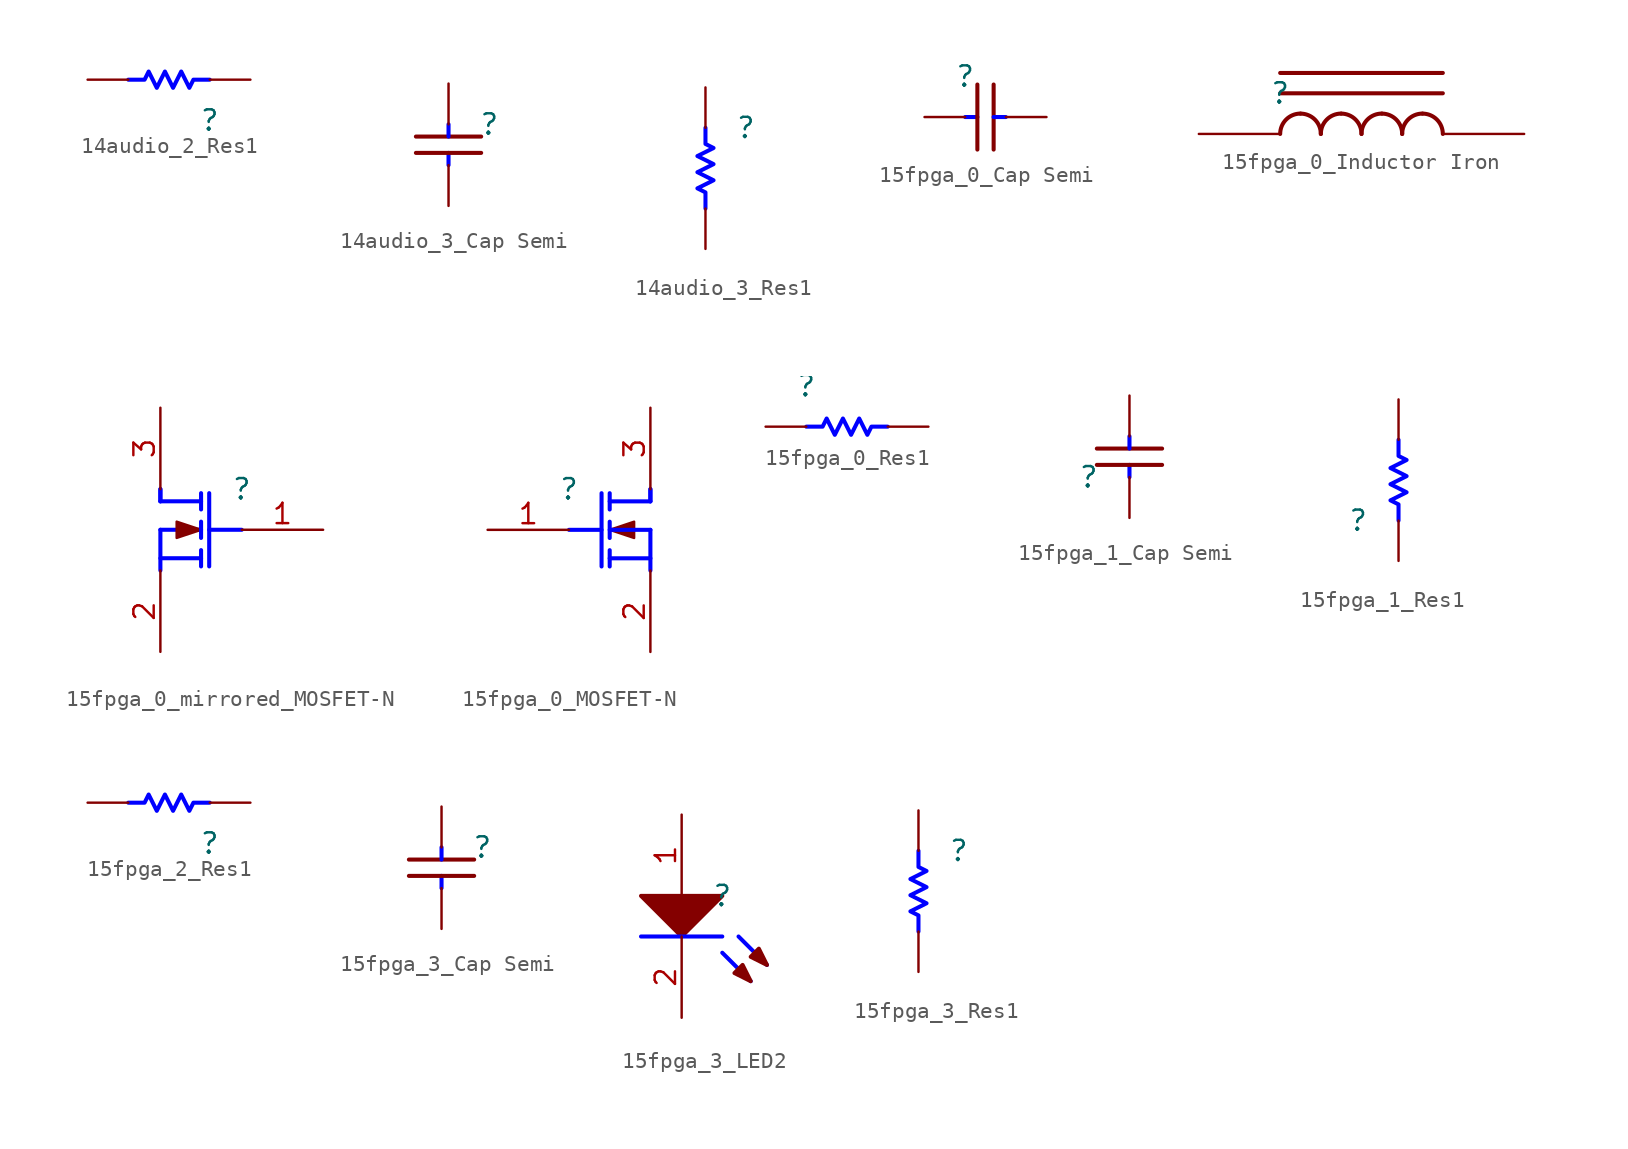
<source format=kicad_sym>
(kicad_symbol_lib
  (version 20220914)
  (generator kicad_symbol_editor)
  (symbol "14audio_2_Res1"
    (property "Reference" ""
      (at 0 0 0)
      (effects (font (size 1.27 1.27))))
    (property "Value" ""
      (at 0 0 0)
      (effects (font (size 1.27 1.27))))
    (symbol "14audio_2_Res1_1_0"
      (polyline (pts (xy -5.08 2.54) (xy -4.064 2.54) (xy -3.81 3.048) (xy -3.302 2.032) (xy -2.794 3.048) (xy -2.286 2.032) (xy -1.778 3.048) (xy -1.27 2.032) (xy -1.016 2.54) (xy 0 2.54)) (stroke (width 0.254) (type solid) (color 0 0 255 1)) (fill (type none)))
      (pin passive line (at 2.54 2.54 180) (length 2.54) (name "1" (effects (font (size 0 0)))) (number "1" (effects (font (size 0 0)))))
      (pin passive line (at -7.62 2.54 0) (length 2.54) (name "2" (effects (font (size 0 0)))) (number "2" (effects (font (size 0 0)))))))
  (symbol "14audio_3_Cap Semi"
    (property "Reference" ""
      (at 0 0 0)
      (effects (font (size 1.27 1.27))))
    (property "Value" ""
      (at 0 0 0)
      (effects (font (size 1.27 1.27))))
    (symbol "14audio_3_Cap Semi_1_0"
      (polyline (pts (xy -4.572 -0.762) (xy -0.508 -0.762)) (stroke (width 0.254) (type solid)) (fill (type none)))
      (polyline (pts (xy -2.54 -2.54) (xy -2.54 -1.778)) (stroke (width 0.254) (type solid) (color 0 0 255 1)) (fill (type none)))
      (polyline (pts (xy -2.54 0) (xy -2.54 -0.762)) (stroke (width 0.254) (type solid) (color 0 0 255 1)) (fill (type none)))
      (polyline (pts (xy -0.508 -1.778) (xy -4.572 -1.778)) (stroke (width 0.254) (type solid)) (fill (type none)))
      (pin passive line (at -2.54 2.54 270) (length 2.54) (name "1" (effects (font (size 0 0)))) (number "1" (effects (font (size 0 0)))))
      (pin passive line (at -2.54 -5.08 90) (length 2.54) (name "2" (effects (font (size 0 0)))) (number "2" (effects (font (size 0 0)))))))
  (symbol "14audio_3_Res1"
    (property "Reference" ""
      (at 0 0 0)
      (effects (font (size 1.27 1.27))))
    (property "Value" ""
      (at 0 0 0)
      (effects (font (size 1.27 1.27))))
    (symbol "14audio_3_Res1_1_0"
      (polyline (pts (xy -2.54 -5.08) (xy -2.54 -4.064) (xy -3.048 -3.81) (xy -2.032 -3.302) (xy -3.048 -2.794) (xy -2.032 -2.286) (xy -3.048 -1.778) (xy -2.032 -1.27) (xy -2.54 -1.016) (xy -2.54 0)) (stroke (width 0.254) (type solid) (color 0 0 255 1)) (fill (type none)))
      (pin passive line (at -2.54 2.54 270) (length 2.54) (name "1" (effects (font (size 0 0)))) (number "1" (effects (font (size 0 0)))))
      (pin passive line (at -2.54 -7.62 90) (length 2.54) (name "2" (effects (font (size 0 0)))) (number "2" (effects (font (size 0 0)))))))
  (symbol "15fpga_0_Cap Semi"
    (property "Reference" ""
      (at 0 0 0)
      (effects (font (size 1.27 1.27))))
    (property "Value" ""
      (at 0 0 0)
      (effects (font (size 1.27 1.27))))
    (symbol "15fpga_0_Cap Semi_1_0"
      (polyline (pts (xy 0 -2.54) (xy 0.762 -2.54)) (stroke (width 0.254) (type solid) (color 0 0 255 1)) (fill (type none)))
      (polyline (pts (xy 0.762 -4.572) (xy 0.762 -0.508)) (stroke (width 0.254) (type solid)) (fill (type none)))
      (polyline (pts (xy 1.778 -0.508) (xy 1.778 -4.572)) (stroke (width 0.254) (type solid)) (fill (type none)))
      (polyline (pts (xy 2.54 -2.54) (xy 1.778 -2.54)) (stroke (width 0.254) (type solid) (color 0 0 255 1)) (fill (type none)))
      (pin passive line (at -2.54 -2.54 0) (length 2.54) (name "1" (effects (font (size 0 0)))) (number "1" (effects (font (size 0 0)))))
      (pin passive line (at 5.08 -2.54 180) (length 2.54) (name "2" (effects (font (size 0 0)))) (number "2" (effects (font (size 0 0)))))))
  (symbol "15fpga_0_Inductor Iron"
    (property "Reference" ""
      (at 0 0 0)
      (effects (font (size 1.27 1.27))))
    (property "Value" ""
      (at 0 0 0)
      (effects (font (size 1.27 1.27))))
    (symbol "15fpga_0_Inductor Iron_1_0"
      (polyline (pts (xy 0 0) (xy 10.16 0)) (stroke (width 0.254) (type solid)) (fill (type none)))
      (polyline (pts (xy 10.16 1.27) (xy 0 1.27)) (stroke (width 0.254) (type solid)) (fill (type none)))
      (arc (start 1.27 -1.27) (mid 0.372 -1.642) (end 0 -2.54) (stroke (width 0.254) (type solid)) (fill (type none)))
      (arc (start 2.54 -2.54) (mid 2.168 -1.642) (end 1.27 -1.27) (stroke (width 0.254) (type solid)) (fill (type none)))
      (arc (start 3.81 -1.27) (mid 2.912 -1.642) (end 2.54 -2.54) (stroke (width 0.254) (type solid)) (fill (type none)))
      (arc (start 5.08 -2.54) (mid 4.708 -1.642) (end 3.81 -1.27) (stroke (width 0.254) (type solid)) (fill (type none)))
      (arc (start 6.35 -1.27) (mid 5.452 -1.642) (end 5.08 -2.54) (stroke (width 0.254) (type solid)) (fill (type none)))
      (arc (start 7.62 -2.54) (mid 7.248 -1.642) (end 6.35 -1.27) (stroke (width 0.254) (type solid)) (fill (type none)))
      (arc (start 8.89 -1.27) (mid 7.992 -1.642) (end 7.62 -2.54) (stroke (width 0.254) (type solid)) (fill (type none)))
      (arc (start 10.16 -2.54) (mid 9.788 -1.642) (end 8.89 -1.27) (stroke (width 0.254) (type solid)) (fill (type none)))
      (pin passive line (at -5.08 -2.54 0) (length 5.08) (name "1" (effects (font (size 0 0)))) (number "1" (effects (font (size 0 0)))))
      (pin passive line (at 15.24 -2.54 180) (length 5.08) (name "2" (effects (font (size 0 0)))) (number "2" (effects (font (size 0 0)))))))
  (symbol "15fpga_0_mirrored_MOSFET-N"
    (property "Reference" ""
      (at 0 0 0)
      (effects (font (size 1.27 1.27))))
    (property "Value" ""
      (at 0 0 0)
      (effects (font (size 1.27 1.27))))
    (symbol "15fpga_0_mirrored_MOSFET-N_1_0"
      (polyline (pts (xy -5.08 -4.318) (xy -2.54 -4.318)) (stroke (width 0.254) (type solid) (color 0 0 255 1)) (fill (type none)))
      (polyline (pts (xy -5.08 -2.54) (xy -5.08 -5.08)) (stroke (width 0.254) (type solid) (color 0 0 255 1)) (fill (type none)))
      (polyline (pts (xy -5.08 -2.54) (xy -2.54 -2.54)) (stroke (width 0.254) (type solid) (color 0 0 255 1)) (fill (type none)))
      (polyline (pts (xy -5.08 -0.762) (xy -5.08 0)) (stroke (width 0.254) (type solid) (color 0 0 255 1)) (fill (type none)))
      (polyline (pts (xy -5.08 -0.762) (xy -5.08 0)) (stroke (width 0.254) (type solid) (color 0 0 255 1)) (fill (type none)))
      (polyline (pts (xy -5.08 -0.762) (xy -2.54 -0.762)) (stroke (width 0.254) (type solid) (color 0 0 255 1)) (fill (type none)))
      (polyline (pts (xy -2.54 -4.826) (xy -2.54 -3.81)) (stroke (width 0.254) (type solid) (color 0 0 255 1)) (fill (type none)))
      (polyline (pts (xy -2.54 -3.048) (xy -2.54 -2.032)) (stroke (width 0.254) (type solid) (color 0 0 255 1)) (fill (type none)))
      (polyline (pts (xy -2.54 -0.254) (xy -2.54 -1.27)) (stroke (width 0.254) (type solid) (color 0 0 255 1)) (fill (type none)))
      (polyline (pts (xy -2.032 -0.254) (xy -2.032 -4.826)) (stroke (width 0.254) (type solid) (color 0 0 255 1)) (fill (type none)))
      (polyline (pts (xy 0 -2.54) (xy -2.032 -2.54)) (stroke (width 0.254) (type solid) (color 0 0 255 1)) (fill (type none)))
      (polyline (pts (xy -2.54 -2.54) (xy -4.064 -3.048) (xy -4.064 -2.032) (xy -2.54 -2.54)) (stroke (width 0) (type solid)) (fill (type outline)))
      (pin passive line (at 5.08 -2.54 180) (length 5.08) (name "G" (effects (font (size 0 0)))) (number "1" (effects (font (size 1.27 1.27)))))
      (pin passive line (at -5.08 -10.16 90) (length 5.08) (name "S" (effects (font (size 0 0)))) (number "2" (effects (font (size 1.27 1.27)))))
      (pin passive line (at -5.08 5.08 270) (length 5.08) (name "D" (effects (font (size 0 0)))) (number "3" (effects (font (size 1.27 1.27)))))))
  (symbol "15fpga_0_MOSFET-N"
    (property "Reference" ""
      (at 0 0 0)
      (effects (font (size 1.27 1.27))))
    (property "Value" ""
      (at 0 0 0)
      (effects (font (size 1.27 1.27))))
    (symbol "15fpga_0_MOSFET-N_1_0"
      (polyline (pts (xy 0 -2.54) (xy 2.032 -2.54)) (stroke (width 0.254) (type solid) (color 0 0 255 1)) (fill (type none)))
      (polyline (pts (xy 2.032 -0.254) (xy 2.032 -4.826)) (stroke (width 0.254) (type solid) (color 0 0 255 1)) (fill (type none)))
      (polyline (pts (xy 2.54 -4.826) (xy 2.54 -3.81)) (stroke (width 0.254) (type solid) (color 0 0 255 1)) (fill (type none)))
      (polyline (pts (xy 2.54 -3.048) (xy 2.54 -2.032)) (stroke (width 0.254) (type solid) (color 0 0 255 1)) (fill (type none)))
      (polyline (pts (xy 2.54 -0.254) (xy 2.54 -1.27)) (stroke (width 0.254) (type solid) (color 0 0 255 1)) (fill (type none)))
      (polyline (pts (xy 5.08 -4.318) (xy 2.54 -4.318)) (stroke (width 0.254) (type solid) (color 0 0 255 1)) (fill (type none)))
      (polyline (pts (xy 5.08 -2.54) (xy 2.54 -2.54)) (stroke (width 0.254) (type solid) (color 0 0 255 1)) (fill (type none)))
      (polyline (pts (xy 5.08 -2.54) (xy 5.08 -5.08)) (stroke (width 0.254) (type solid) (color 0 0 255 1)) (fill (type none)))
      (polyline (pts (xy 5.08 -0.762) (xy 2.54 -0.762)) (stroke (width 0.254) (type solid) (color 0 0 255 1)) (fill (type none)))
      (polyline (pts (xy 5.08 -0.762) (xy 5.08 0)) (stroke (width 0.254) (type solid) (color 0 0 255 1)) (fill (type none)))
      (polyline (pts (xy 5.08 -0.762) (xy 5.08 0)) (stroke (width 0.254) (type solid) (color 0 0 255 1)) (fill (type none)))
      (polyline (pts (xy 2.54 -2.54) (xy 4.064 -3.048) (xy 4.064 -2.032) (xy 2.54 -2.54)) (stroke (width 0) (type solid)) (fill (type outline)))
      (pin passive line (at -5.08 -2.54 0) (length 5.08) (name "G" (effects (font (size 0 0)))) (number "1" (effects (font (size 1.27 1.27)))))
      (pin passive line (at 5.08 -10.16 90) (length 5.08) (name "S" (effects (font (size 0 0)))) (number "2" (effects (font (size 1.27 1.27)))))
      (pin passive line (at 5.08 5.08 270) (length 5.08) (name "D" (effects (font (size 0 0)))) (number "3" (effects (font (size 1.27 1.27)))))))
  (symbol "15fpga_0_Res1"
    (property "Reference" ""
      (at 0 0 0)
      (effects (font (size 1.27 1.27))))
    (property "Value" ""
      (at 0 0 0)
      (effects (font (size 1.27 1.27))))
    (symbol "15fpga_0_Res1_1_0"
      (polyline (pts (xy 5.08 -2.54) (xy 4.064 -2.54) (xy 3.81 -3.048) (xy 3.302 -2.032) (xy 2.794 -3.048) (xy 2.286 -2.032) (xy 1.778 -3.048) (xy 1.27 -2.032) (xy 1.016 -2.54) (xy 0 -2.54)) (stroke (width 0.254) (type solid) (color 0 0 255 1)) (fill (type none)))
      (pin passive line (at -2.54 -2.54 0) (length 2.54) (name "1" (effects (font (size 0 0)))) (number "1" (effects (font (size 0 0)))))
      (pin passive line (at 7.62 -2.54 180) (length 2.54) (name "2" (effects (font (size 0 0)))) (number "2" (effects (font (size 0 0)))))))
  (symbol "15fpga_1_Cap Semi"
    (property "Reference" ""
      (at 0 0 0)
      (effects (font (size 1.27 1.27))))
    (property "Value" ""
      (at 0 0 0)
      (effects (font (size 1.27 1.27))))
    (symbol "15fpga_1_Cap Semi_1_0"
      (polyline (pts (xy 0.508 1.778) (xy 4.572 1.778)) (stroke (width 0.254) (type solid)) (fill (type none)))
      (polyline (pts (xy 2.54 0) (xy 2.54 0.762)) (stroke (width 0.254) (type solid) (color 0 0 255 1)) (fill (type none)))
      (polyline (pts (xy 2.54 2.54) (xy 2.54 1.778)) (stroke (width 0.254) (type solid) (color 0 0 255 1)) (fill (type none)))
      (polyline (pts (xy 4.572 0.762) (xy 0.508 0.762)) (stroke (width 0.254) (type solid)) (fill (type none)))
      (pin passive line (at 2.54 -2.54 90) (length 2.54) (name "1" (effects (font (size 0 0)))) (number "1" (effects (font (size 0 0)))))
      (pin passive line (at 2.54 5.08 270) (length 2.54) (name "2" (effects (font (size 0 0)))) (number "2" (effects (font (size 0 0)))))))
  (symbol "15fpga_1_Res1"
    (property "Reference" ""
      (at 0 0 0)
      (effects (font (size 1.27 1.27))))
    (property "Value" ""
      (at 0 0 0)
      (effects (font (size 1.27 1.27))))
    (symbol "15fpga_1_Res1_1_0"
      (polyline (pts (xy 2.54 5.08) (xy 2.54 4.064) (xy 3.048 3.81) (xy 2.032 3.302) (xy 3.048 2.794) (xy 2.032 2.286) (xy 3.048 1.778) (xy 2.032 1.27) (xy 2.54 1.016) (xy 2.54 0)) (stroke (width 0.254) (type solid) (color 0 0 255 1)) (fill (type none)))
      (pin passive line (at 2.54 -2.54 90) (length 2.54) (name "1" (effects (font (size 0 0)))) (number "1" (effects (font (size 0 0)))))
      (pin passive line (at 2.54 7.62 270) (length 2.54) (name "2" (effects (font (size 0 0)))) (number "2" (effects (font (size 0 0)))))))
  (symbol "15fpga_2_Res1"
    (property "Reference" ""
      (at 0 0 0)
      (effects (font (size 1.27 1.27))))
    (property "Value" ""
      (at 0 0 0)
      (effects (font (size 1.27 1.27))))
    (symbol "15fpga_2_Res1_1_0"
      (polyline (pts (xy -5.08 2.54) (xy -4.064 2.54) (xy -3.81 3.048) (xy -3.302 2.032) (xy -2.794 3.048) (xy -2.286 2.032) (xy -1.778 3.048) (xy -1.27 2.032) (xy -1.016 2.54) (xy 0 2.54)) (stroke (width 0.254) (type solid) (color 0 0 255 1)) (fill (type none)))
      (pin passive line (at 2.54 2.54 180) (length 2.54) (name "1" (effects (font (size 0 0)))) (number "1" (effects (font (size 0 0)))))
      (pin passive line (at -7.62 2.54 0) (length 2.54) (name "2" (effects (font (size 0 0)))) (number "2" (effects (font (size 0 0)))))))
  (symbol "15fpga_3_Cap Semi"
    (property "Reference" ""
      (at 0 0 0)
      (effects (font (size 1.27 1.27))))
    (property "Value" ""
      (at 0 0 0)
      (effects (font (size 1.27 1.27))))
    (symbol "15fpga_3_Cap Semi_1_0"
      (polyline (pts (xy -4.572 -0.762) (xy -0.508 -0.762)) (stroke (width 0.254) (type solid)) (fill (type none)))
      (polyline (pts (xy -2.54 -2.54) (xy -2.54 -1.778)) (stroke (width 0.254) (type solid) (color 0 0 255 1)) (fill (type none)))
      (polyline (pts (xy -2.54 0) (xy -2.54 -0.762)) (stroke (width 0.254) (type solid) (color 0 0 255 1)) (fill (type none)))
      (polyline (pts (xy -0.508 -1.778) (xy -4.572 -1.778)) (stroke (width 0.254) (type solid)) (fill (type none)))
      (pin passive line (at -2.54 2.54 270) (length 2.54) (name "1" (effects (font (size 0 0)))) (number "1" (effects (font (size 0 0)))))
      (pin passive line (at -2.54 -5.08 90) (length 2.54) (name "2" (effects (font (size 0 0)))) (number "2" (effects (font (size 0 0)))))))
  (symbol "15fpga_3_LED2"
    (property "Reference" ""
      (at 0 0 0)
      (effects (font (size 1.27 1.27))))
    (property "Value" ""
      (at 0 0 0)
      (effects (font (size 1.27 1.27))))
    (symbol "15fpga_3_LED2_1_0"
      (polyline (pts (xy 0 -3.556) (xy 1.778 -5.334)) (stroke (width 0.254) (type solid) (color 0 0 255 1)) (fill (type none)))
      (polyline (pts (xy 0 -2.54) (xy -5.08 -2.54)) (stroke (width 0.254) (type solid) (color 0 0 255 1)) (fill (type none)))
      (polyline (pts (xy 1.016 -2.54) (xy 2.794 -4.318)) (stroke (width 0.254) (type solid) (color 0 0 255 1)) (fill (type none)))
      (polyline (pts (xy -5.08 0) (xy -2.54 -2.54) (xy 0 0) (xy -5.08 0)) (stroke (width 0.254) (type solid)) (fill (type outline)))
      (polyline (pts (xy 1.778 -5.334) (xy 1.27 -4.318) (xy 0.762 -4.826) (xy 1.778 -5.334)) (stroke (width 0.254) (type solid)) (fill (type outline)))
      (polyline (pts (xy 2.794 -4.318) (xy 2.286 -3.302) (xy 1.778 -3.81) (xy 2.794 -4.318)) (stroke (width 0.254) (type solid)) (fill (type outline)))
      (pin passive line (at -2.54 5.08 270) (length 5.08) (name "A" (effects (font (size 0 0)))) (number "1" (effects (font (size 1.27 1.27)))))
      (pin passive line (at -2.54 -7.62 90) (length 5.08) (name "K" (effects (font (size 0 0)))) (number "2" (effects (font (size 1.27 1.27)))))))
  (symbol "15fpga_3_Res1"
    (property "Reference" ""
      (at 0 0 0)
      (effects (font (size 1.27 1.27))))
    (property "Value" ""
      (at 0 0 0)
      (effects (font (size 1.27 1.27))))
    (symbol "15fpga_3_Res1_1_0"
      (polyline (pts (xy -2.54 -5.08) (xy -2.54 -4.064) (xy -3.048 -3.81) (xy -2.032 -3.302) (xy -3.048 -2.794) (xy -2.032 -2.286) (xy -3.048 -1.778) (xy -2.032 -1.27) (xy -2.54 -1.016) (xy -2.54 0)) (stroke (width 0.254) (type solid) (color 0 0 255 1)) (fill (type none)))
      (pin passive line (at -2.54 2.54 270) (length 2.54) (name "1" (effects (font (size 0 0)))) (number "1" (effects (font (size 0 0)))))
      (pin passive line (at -2.54 -7.62 90) (length 2.54) (name "2" (effects (font (size 0 0)))) (number "2" (effects (font (size 0 0))))))))
</source>
